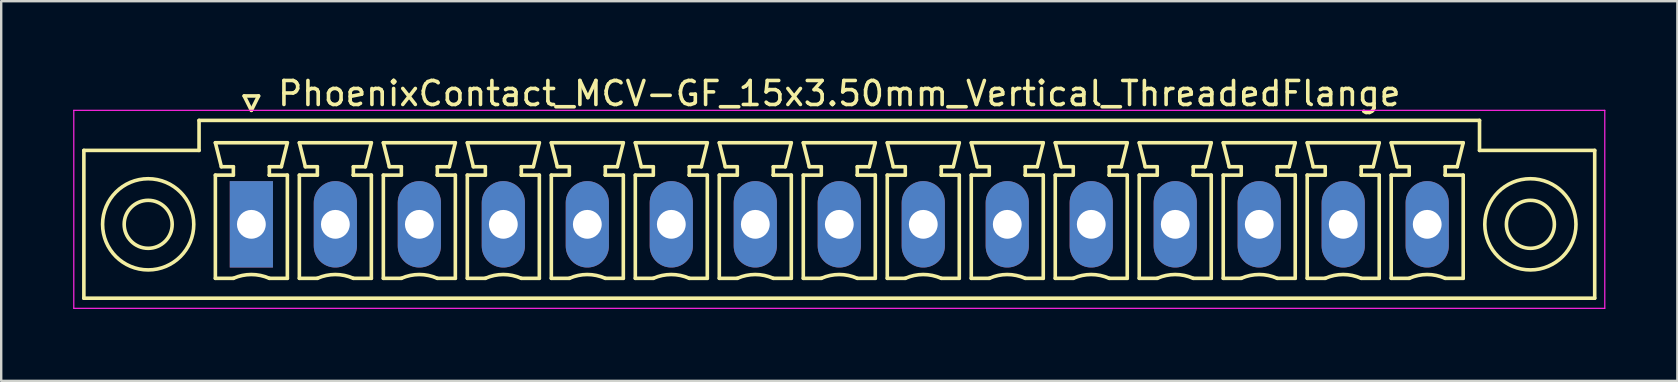
<source format=kicad_pcb>
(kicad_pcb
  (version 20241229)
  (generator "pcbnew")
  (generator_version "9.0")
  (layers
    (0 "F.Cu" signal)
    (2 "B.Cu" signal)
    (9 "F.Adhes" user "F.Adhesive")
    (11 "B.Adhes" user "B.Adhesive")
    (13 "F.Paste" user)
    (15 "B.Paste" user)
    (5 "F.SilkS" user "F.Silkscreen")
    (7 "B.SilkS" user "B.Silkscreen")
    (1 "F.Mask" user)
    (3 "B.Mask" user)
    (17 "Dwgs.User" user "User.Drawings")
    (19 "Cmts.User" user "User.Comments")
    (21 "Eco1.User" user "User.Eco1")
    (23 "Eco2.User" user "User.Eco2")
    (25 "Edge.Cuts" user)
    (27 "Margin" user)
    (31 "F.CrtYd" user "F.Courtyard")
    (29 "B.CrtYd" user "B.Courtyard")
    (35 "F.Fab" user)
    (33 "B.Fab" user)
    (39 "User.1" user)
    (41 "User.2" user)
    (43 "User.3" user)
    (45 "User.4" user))
  (footprint "PhoenixContact_MCV-GF_15x3.50mm_Vertical_ThreadedFlange"
    (layer "F.Cu")
    (at 7.425 6.298)
    (property "Reference" "PhoenixContact_MCV-GF_15x3.50mm_Vertical_ThreadedFlange" (at 24.5 -5.45 0) (layer "F.SilkS") (effects (font (size 1 1) (thickness 0.15))))
    (attr through_hole)
    (fp_line (start -6.98 -3.08) (end -6.98 3.08) (stroke (width 0.15) (type solid)) (layer "F.SilkS"))
    (fp_line (start -6.98 3.08) (end 55.98 3.08) (stroke (width 0.15) (type solid)) (layer "F.SilkS"))
    (fp_line (start -2.18 -4.33) (end -2.18 -3.08) (stroke (width 0.15) (type solid)) (layer "F.SilkS"))
    (fp_line (start -2.18 -3.08) (end -6.98 -3.08) (stroke (width 0.15) (type solid)) (layer "F.SilkS"))
    (fp_line (start -1.5 -3.4) (end 1.5 -3.4) (stroke (width 0.15) (type solid)) (layer "F.SilkS"))
    (fp_line (start -1.5 -2.05) (end -0.75 -2.05) (stroke (width 0.15) (type solid)) (layer "F.SilkS"))
    (fp_line (start -1.5 2.25) (end -1.5 -2.05) (stroke (width 0.15) (type solid)) (layer "F.SilkS"))
    (fp_line (start -1.25 -2.4) (end -1.5 -3.4) (stroke (width 0.15) (type solid)) (layer "F.SilkS"))
    (fp_line (start -0.75 -2.4) (end -1.25 -2.4) (stroke (width 0.15) (type solid)) (layer "F.SilkS"))
    (fp_line (start -0.75 -2.05) (end -0.75 -2.4) (stroke (width 0.15) (type solid)) (layer "F.SilkS"))
    (fp_line (start -0.75 2.25) (end -1.5 2.25) (stroke (width 0.15) (type solid)) (layer "F.SilkS"))
    (fp_line (start -0.3 -5.35) (end 0 -4.75) (stroke (width 0.15) (type solid)) (layer "F.SilkS"))
    (fp_line (start 0 -4.75) (end 0.3 -5.35) (stroke (width 0.15) (type solid)) (layer "F.SilkS"))
    (fp_line (start 0.3 -5.35) (end -0.3 -5.35) (stroke (width 0.15) (type solid)) (layer "F.SilkS"))
    (fp_line (start 0.75 -2.4) (end 0.75 -2.05) (stroke (width 0.15) (type solid)) (layer "F.SilkS"))
    (fp_line (start 0.75 -2.05) (end 0.75 -2.05) (stroke (width 0.15) (type solid)) (layer "F.SilkS"))
    (fp_line (start 0.75 -2.05) (end 1.5 -2.05) (stroke (width 0.15) (type solid)) (layer "F.SilkS"))
    (fp_line (start 1.25 -2.4) (end 0.75 -2.4) (stroke (width 0.15) (type solid)) (layer "F.SilkS"))
    (fp_line (start 1.5 -3.4) (end 1.25 -2.4) (stroke (width 0.15) (type solid)) (layer "F.SilkS"))
    (fp_line (start 1.5 -2.05) (end 1.5 2.25) (stroke (width 0.15) (type solid)) (layer "F.SilkS"))
    (fp_line (start 1.5 2.25) (end 0.75 2.25) (stroke (width 0.15) (type solid)) (layer "F.SilkS"))
    (fp_line (start 2 -3.4) (end 5 -3.4) (stroke (width 0.15) (type solid)) (layer "F.SilkS"))
    (fp_line (start 2 -2.05) (end 2.75 -2.05) (stroke (width 0.15) (type solid)) (layer "F.SilkS"))
    (fp_line (start 2 2.25) (end 2 -2.05) (stroke (width 0.15) (type solid)) (layer "F.SilkS"))
    (fp_line (start 2.25 -2.4) (end 2 -3.4) (stroke (width 0.15) (type solid)) (layer "F.SilkS"))
    (fp_line (start 2.75 -2.4) (end 2.25 -2.4) (stroke (width 0.15) (type solid)) (layer "F.SilkS"))
    (fp_line (start 2.75 -2.05) (end 2.75 -2.4) (stroke (width 0.15) (type solid)) (layer "F.SilkS"))
    (fp_line (start 2.75 2.25) (end 2 2.25) (stroke (width 0.15) (type solid)) (layer "F.SilkS"))
    (fp_line (start 4.25 -2.4) (end 4.25 -2.05) (stroke (width 0.15) (type solid)) (layer "F.SilkS"))
    (fp_line (start 4.25 -2.05) (end 4.25 -2.05) (stroke (width 0.15) (type solid)) (layer "F.SilkS"))
    (fp_line (start 4.25 -2.05) (end 5 -2.05) (stroke (width 0.15) (type solid)) (layer "F.SilkS"))
    (fp_line (start 4.75 -2.4) (end 4.25 -2.4) (stroke (width 0.15) (type solid)) (layer "F.SilkS"))
    (fp_line (start 5 -3.4) (end 4.75 -2.4) (stroke (width 0.15) (type solid)) (layer "F.SilkS"))
    (fp_line (start 5 -2.05) (end 5 2.25) (stroke (width 0.15) (type solid)) (layer "F.SilkS"))
    (fp_line (start 5 2.25) (end 4.25 2.25) (stroke (width 0.15) (type solid)) (layer "F.SilkS"))
    (fp_line (start 5.5 -3.4) (end 8.5 -3.4) (stroke (width 0.15) (type solid)) (layer "F.SilkS"))
    (fp_line (start 5.5 -2.05) (end 6.25 -2.05) (stroke (width 0.15) (type solid)) (layer "F.SilkS"))
    (fp_line (start 5.5 2.25) (end 5.5 -2.05) (stroke (width 0.15) (type solid)) (layer "F.SilkS"))
    (fp_line (start 5.75 -2.4) (end 5.5 -3.4) (stroke (width 0.15) (type solid)) (layer "F.SilkS"))
    (fp_line (start 6.25 -2.4) (end 5.75 -2.4) (stroke (width 0.15) (type solid)) (layer "F.SilkS"))
    (fp_line (start 6.25 -2.05) (end 6.25 -2.4) (stroke (width 0.15) (type solid)) (layer "F.SilkS"))
    (fp_line (start 6.25 2.25) (end 5.5 2.25) (stroke (width 0.15) (type solid)) (layer "F.SilkS"))
    (fp_line (start 7.75 -2.4) (end 7.75 -2.05) (stroke (width 0.15) (type solid)) (layer "F.SilkS"))
    (fp_line (start 7.75 -2.05) (end 7.75 -2.05) (stroke (width 0.15) (type solid)) (layer "F.SilkS"))
    (fp_line (start 7.75 -2.05) (end 8.5 -2.05) (stroke (width 0.15) (type solid)) (layer "F.SilkS"))
    (fp_line (start 8.25 -2.4) (end 7.75 -2.4) (stroke (width 0.15) (type solid)) (layer "F.SilkS"))
    (fp_line (start 8.5 -3.4) (end 8.25 -2.4) (stroke (width 0.15) (type solid)) (layer "F.SilkS"))
    (fp_line (start 8.5 -2.05) (end 8.5 2.25) (stroke (width 0.15) (type solid)) (layer "F.SilkS"))
    (fp_line (start 8.5 2.25) (end 7.75 2.25) (stroke (width 0.15) (type solid)) (layer "F.SilkS"))
    (fp_line (start 9 -3.4) (end 12 -3.4) (stroke (width 0.15) (type solid)) (layer "F.SilkS"))
    (fp_line (start 9 -2.05) (end 9.75 -2.05) (stroke (width 0.15) (type solid)) (layer "F.SilkS"))
    (fp_line (start 9 2.25) (end 9 -2.05) (stroke (width 0.15) (type solid)) (layer "F.SilkS"))
    (fp_line (start 9.25 -2.4) (end 9 -3.4) (stroke (width 0.15) (type solid)) (layer "F.SilkS"))
    (fp_line (start 9.75 -2.4) (end 9.25 -2.4) (stroke (width 0.15) (type solid)) (layer "F.SilkS"))
    (fp_line (start 9.75 -2.05) (end 9.75 -2.4) (stroke (width 0.15) (type solid)) (layer "F.SilkS"))
    (fp_line (start 9.75 2.25) (end 9 2.25) (stroke (width 0.15) (type solid)) (layer "F.SilkS"))
    (fp_line (start 11.25 -2.4) (end 11.25 -2.05) (stroke (width 0.15) (type solid)) (layer "F.SilkS"))
    (fp_line (start 11.25 -2.05) (end 11.25 -2.05) (stroke (width 0.15) (type solid)) (layer "F.SilkS"))
    (fp_line (start 11.25 -2.05) (end 12 -2.05) (stroke (width 0.15) (type solid)) (layer "F.SilkS"))
    (fp_line (start 11.75 -2.4) (end 11.25 -2.4) (stroke (width 0.15) (type solid)) (layer "F.SilkS"))
    (fp_line (start 12 -3.4) (end 11.75 -2.4) (stroke (width 0.15) (type solid)) (layer "F.SilkS"))
    (fp_line (start 12 -2.05) (end 12 2.25) (stroke (width 0.15) (type solid)) (layer "F.SilkS"))
    (fp_line (start 12 2.25) (end 11.25 2.25) (stroke (width 0.15) (type solid)) (layer "F.SilkS"))
    (fp_line (start 12.5 -3.4) (end 15.5 -3.4) (stroke (width 0.15) (type solid)) (layer "F.SilkS"))
    (fp_line (start 12.5 -2.05) (end 13.25 -2.05) (stroke (width 0.15) (type solid)) (layer "F.SilkS"))
    (fp_line (start 12.5 2.25) (end 12.5 -2.05) (stroke (width 0.15) (type solid)) (layer "F.SilkS"))
    (fp_line (start 12.75 -2.4) (end 12.5 -3.4) (stroke (width 0.15) (type solid)) (layer "F.SilkS"))
    (fp_line (start 13.25 -2.4) (end 12.75 -2.4) (stroke (width 0.15) (type solid)) (layer "F.SilkS"))
    (fp_line (start 13.25 -2.05) (end 13.25 -2.4) (stroke (width 0.15) (type solid)) (layer "F.SilkS"))
    (fp_line (start 13.25 2.25) (end 12.5 2.25) (stroke (width 0.15) (type solid)) (layer "F.SilkS"))
    (fp_line (start 14.75 -2.4) (end 14.75 -2.05) (stroke (width 0.15) (type solid)) (layer "F.SilkS"))
    (fp_line (start 14.75 -2.05) (end 14.75 -2.05) (stroke (width 0.15) (type solid)) (layer "F.SilkS"))
    (fp_line (start 14.75 -2.05) (end 15.5 -2.05) (stroke (width 0.15) (type solid)) (layer "F.SilkS"))
    (fp_line (start 15.25 -2.4) (end 14.75 -2.4) (stroke (width 0.15) (type solid)) (layer "F.SilkS"))
    (fp_line (start 15.5 -3.4) (end 15.25 -2.4) (stroke (width 0.15) (type solid)) (layer "F.SilkS"))
    (fp_line (start 15.5 -2.05) (end 15.5 2.25) (stroke (width 0.15) (type solid)) (layer "F.SilkS"))
    (fp_line (start 15.5 2.25) (end 14.75 2.25) (stroke (width 0.15) (type solid)) (layer "F.SilkS"))
    (fp_line (start 16 -3.4) (end 19 -3.4) (stroke (width 0.15) (type solid)) (layer "F.SilkS"))
    (fp_line (start 16 -2.05) (end 16.75 -2.05) (stroke (width 0.15) (type solid)) (layer "F.SilkS"))
    (fp_line (start 16 2.25) (end 16 -2.05) (stroke (width 0.15) (type solid)) (layer "F.SilkS"))
    (fp_line (start 16.25 -2.4) (end 16 -3.4) (stroke (width 0.15) (type solid)) (layer "F.SilkS"))
    (fp_line (start 16.75 -2.4) (end 16.25 -2.4) (stroke (width 0.15) (type solid)) (layer "F.SilkS"))
    (fp_line (start 16.75 -2.05) (end 16.75 -2.4) (stroke (width 0.15) (type solid)) (layer "F.SilkS"))
    (fp_line (start 16.75 2.25) (end 16 2.25) (stroke (width 0.15) (type solid)) (layer "F.SilkS"))
    (fp_line (start 18.25 -2.4) (end 18.25 -2.05) (stroke (width 0.15) (type solid)) (layer "F.SilkS"))
    (fp_line (start 18.25 -2.05) (end 18.25 -2.05) (stroke (width 0.15) (type solid)) (layer "F.SilkS"))
    (fp_line (start 18.25 -2.05) (end 19 -2.05) (stroke (width 0.15) (type solid)) (layer "F.SilkS"))
    (fp_line (start 18.75 -2.4) (end 18.25 -2.4) (stroke (width 0.15) (type solid)) (layer "F.SilkS"))
    (fp_line (start 19 -3.4) (end 18.75 -2.4) (stroke (width 0.15) (type solid)) (layer "F.SilkS"))
    (fp_line (start 19 -2.05) (end 19 2.25) (stroke (width 0.15) (type solid)) (layer "F.SilkS"))
    (fp_line (start 19 2.25) (end 18.25 2.25) (stroke (width 0.15) (type solid)) (layer "F.SilkS"))
    (fp_line (start 19.5 -3.4) (end 22.5 -3.4) (stroke (width 0.15) (type solid)) (layer "F.SilkS"))
    (fp_line (start 19.5 -2.05) (end 20.25 -2.05) (stroke (width 0.15) (type solid)) (layer "F.SilkS"))
    (fp_line (start 19.5 2.25) (end 19.5 -2.05) (stroke (width 0.15) (type solid)) (layer "F.SilkS"))
    (fp_line (start 19.75 -2.4) (end 19.5 -3.4) (stroke (width 0.15) (type solid)) (layer "F.SilkS"))
    (fp_line (start 20.25 -2.4) (end 19.75 -2.4) (stroke (width 0.15) (type solid)) (layer "F.SilkS"))
    (fp_line (start 20.25 -2.05) (end 20.25 -2.4) (stroke (width 0.15) (type solid)) (layer "F.SilkS"))
    (fp_line (start 20.25 2.25) (end 19.5 2.25) (stroke (width 0.15) (type solid)) (layer "F.SilkS"))
    (fp_line (start 21.75 -2.4) (end 21.75 -2.05) (stroke (width 0.15) (type solid)) (layer "F.SilkS"))
    (fp_line (start 21.75 -2.05) (end 21.75 -2.05) (stroke (width 0.15) (type solid)) (layer "F.SilkS"))
    (fp_line (start 21.75 -2.05) (end 22.5 -2.05) (stroke (width 0.15) (type solid)) (layer "F.SilkS"))
    (fp_line (start 22.25 -2.4) (end 21.75 -2.4) (stroke (width 0.15) (type solid)) (layer "F.SilkS"))
    (fp_line (start 22.5 -3.4) (end 22.25 -2.4) (stroke (width 0.15) (type solid)) (layer "F.SilkS"))
    (fp_line (start 22.5 -2.05) (end 22.5 2.25) (stroke (width 0.15) (type solid)) (layer "F.SilkS"))
    (fp_line (start 22.5 2.25) (end 21.75 2.25) (stroke (width 0.15) (type solid)) (layer "F.SilkS"))
    (fp_line (start 23 -3.4) (end 26 -3.4) (stroke (width 0.15) (type solid)) (layer "F.SilkS"))
    (fp_line (start 23 -2.05) (end 23.75 -2.05) (stroke (width 0.15) (type solid)) (layer "F.SilkS"))
    (fp_line (start 23 2.25) (end 23 -2.05) (stroke (width 0.15) (type solid)) (layer "F.SilkS"))
    (fp_line (start 23.25 -2.4) (end 23 -3.4) (stroke (width 0.15) (type solid)) (layer "F.SilkS"))
    (fp_line (start 23.75 -2.4) (end 23.25 -2.4) (stroke (width 0.15) (type solid)) (layer "F.SilkS"))
    (fp_line (start 23.75 -2.05) (end 23.75 -2.4) (stroke (width 0.15) (type solid)) (layer "F.SilkS"))
    (fp_line (start 23.75 2.25) (end 23 2.25) (stroke (width 0.15) (type solid)) (layer "F.SilkS"))
    (fp_line (start 25.25 -2.4) (end 25.25 -2.05) (stroke (width 0.15) (type solid)) (layer "F.SilkS"))
    (fp_line (start 25.25 -2.05) (end 25.25 -2.05) (stroke (width 0.15) (type solid)) (layer "F.SilkS"))
    (fp_line (start 25.25 -2.05) (end 26 -2.05) (stroke (width 0.15) (type solid)) (layer "F.SilkS"))
    (fp_line (start 25.75 -2.4) (end 25.25 -2.4) (stroke (width 0.15) (type solid)) (layer "F.SilkS"))
    (fp_line (start 26 -3.4) (end 25.75 -2.4) (stroke (width 0.15) (type solid)) (layer "F.SilkS"))
    (fp_line (start 26 -2.05) (end 26 2.25) (stroke (width 0.15) (type solid)) (layer "F.SilkS"))
    (fp_line (start 26 2.25) (end 25.25 2.25) (stroke (width 0.15) (type solid)) (layer "F.SilkS"))
    (fp_line (start 26.5 -3.4) (end 29.5 -3.4) (stroke (width 0.15) (type solid)) (layer "F.SilkS"))
    (fp_line (start 26.5 -2.05) (end 27.25 -2.05) (stroke (width 0.15) (type solid)) (layer "F.SilkS"))
    (fp_line (start 26.5 2.25) (end 26.5 -2.05) (stroke (width 0.15) (type solid)) (layer "F.SilkS"))
    (fp_line (start 26.75 -2.4) (end 26.5 -3.4) (stroke (width 0.15) (type solid)) (layer "F.SilkS"))
    (fp_line (start 27.25 -2.4) (end 26.75 -2.4) (stroke (width 0.15) (type solid)) (layer "F.SilkS"))
    (fp_line (start 27.25 -2.05) (end 27.25 -2.4) (stroke (width 0.15) (type solid)) (layer "F.SilkS"))
    (fp_line (start 27.25 2.25) (end 26.5 2.25) (stroke (width 0.15) (type solid)) (layer "F.SilkS"))
    (fp_line (start 28.75 -2.4) (end 28.75 -2.05) (stroke (width 0.15) (type solid)) (layer "F.SilkS"))
    (fp_line (start 28.75 -2.05) (end 28.75 -2.05) (stroke (width 0.15) (type solid)) (layer "F.SilkS"))
    (fp_line (start 28.75 -2.05) (end 29.5 -2.05) (stroke (width 0.15) (type solid)) (layer "F.SilkS"))
    (fp_line (start 29.25 -2.4) (end 28.75 -2.4) (stroke (width 0.15) (type solid)) (layer "F.SilkS"))
    (fp_line (start 29.5 -3.4) (end 29.25 -2.4) (stroke (width 0.15) (type solid)) (layer "F.SilkS"))
    (fp_line (start 29.5 -2.05) (end 29.5 2.25) (stroke (width 0.15) (type solid)) (layer "F.SilkS"))
    (fp_line (start 29.5 2.25) (end 28.75 2.25) (stroke (width 0.15) (type solid)) (layer "F.SilkS"))
    (fp_line (start 30 -3.4) (end 33 -3.4) (stroke (width 0.15) (type solid)) (layer "F.SilkS"))
    (fp_line (start 30 -2.05) (end 30.75 -2.05) (stroke (width 0.15) (type solid)) (layer "F.SilkS"))
    (fp_line (start 30 2.25) (end 30 -2.05) (stroke (width 0.15) (type solid)) (layer "F.SilkS"))
    (fp_line (start 30.25 -2.4) (end 30 -3.4) (stroke (width 0.15) (type solid)) (layer "F.SilkS"))
    (fp_line (start 30.75 -2.4) (end 30.25 -2.4) (stroke (width 0.15) (type solid)) (layer "F.SilkS"))
    (fp_line (start 30.75 -2.05) (end 30.75 -2.4) (stroke (width 0.15) (type solid)) (layer "F.SilkS"))
    (fp_line (start 30.75 2.25) (end 30 2.25) (stroke (width 0.15) (type solid)) (layer "F.SilkS"))
    (fp_line (start 32.25 -2.4) (end 32.25 -2.05) (stroke (width 0.15) (type solid)) (layer "F.SilkS"))
    (fp_line (start 32.25 -2.05) (end 32.25 -2.05) (stroke (width 0.15) (type solid)) (layer "F.SilkS"))
    (fp_line (start 32.25 -2.05) (end 33 -2.05) (stroke (width 0.15) (type solid)) (layer "F.SilkS"))
    (fp_line (start 32.75 -2.4) (end 32.25 -2.4) (stroke (width 0.15) (type solid)) (layer "F.SilkS"))
    (fp_line (start 33 -3.4) (end 32.75 -2.4) (stroke (width 0.15) (type solid)) (layer "F.SilkS"))
    (fp_line (start 33 -2.05) (end 33 2.25) (stroke (width 0.15) (type solid)) (layer "F.SilkS"))
    (fp_line (start 33 2.25) (end 32.25 2.25) (stroke (width 0.15) (type solid)) (layer "F.SilkS"))
    (fp_line (start 33.5 -3.4) (end 36.5 -3.4) (stroke (width 0.15) (type solid)) (layer "F.SilkS"))
    (fp_line (start 33.5 -2.05) (end 34.25 -2.05) (stroke (width 0.15) (type solid)) (layer "F.SilkS"))
    (fp_line (start 33.5 2.25) (end 33.5 -2.05) (stroke (width 0.15) (type solid)) (layer "F.SilkS"))
    (fp_line (start 33.75 -2.4) (end 33.5 -3.4) (stroke (width 0.15) (type solid)) (layer "F.SilkS"))
    (fp_line (start 34.25 -2.4) (end 33.75 -2.4) (stroke (width 0.15) (type solid)) (layer "F.SilkS"))
    (fp_line (start 34.25 -2.05) (end 34.25 -2.4) (stroke (width 0.15) (type solid)) (layer "F.SilkS"))
    (fp_line (start 34.25 2.25) (end 33.5 2.25) (stroke (width 0.15) (type solid)) (layer "F.SilkS"))
    (fp_line (start 35.75 -2.4) (end 35.75 -2.05) (stroke (width 0.15) (type solid)) (layer "F.SilkS"))
    (fp_line (start 35.75 -2.05) (end 35.75 -2.05) (stroke (width 0.15) (type solid)) (layer "F.SilkS"))
    (fp_line (start 35.75 -2.05) (end 36.5 -2.05) (stroke (width 0.15) (type solid)) (layer "F.SilkS"))
    (fp_line (start 36.25 -2.4) (end 35.75 -2.4) (stroke (width 0.15) (type solid)) (layer "F.SilkS"))
    (fp_line (start 36.5 -3.4) (end 36.25 -2.4) (stroke (width 0.15) (type solid)) (layer "F.SilkS"))
    (fp_line (start 36.5 -2.05) (end 36.5 2.25) (stroke (width 0.15) (type solid)) (layer "F.SilkS"))
    (fp_line (start 36.5 2.25) (end 35.75 2.25) (stroke (width 0.15) (type solid)) (layer "F.SilkS"))
    (fp_line (start 37 -3.4) (end 40 -3.4) (stroke (width 0.15) (type solid)) (layer "F.SilkS"))
    (fp_line (start 37 -2.05) (end 37.75 -2.05) (stroke (width 0.15) (type solid)) (layer "F.SilkS"))
    (fp_line (start 37 2.25) (end 37 -2.05) (stroke (width 0.15) (type solid)) (layer "F.SilkS"))
    (fp_line (start 37.25 -2.4) (end 37 -3.4) (stroke (width 0.15) (type solid)) (layer "F.SilkS"))
    (fp_line (start 37.75 -2.4) (end 37.25 -2.4) (stroke (width 0.15) (type solid)) (layer "F.SilkS"))
    (fp_line (start 37.75 -2.05) (end 37.75 -2.4) (stroke (width 0.15) (type solid)) (layer "F.SilkS"))
    (fp_line (start 37.75 2.25) (end 37 2.25) (stroke (width 0.15) (type solid)) (layer "F.SilkS"))
    (fp_line (start 39.25 -2.4) (end 39.25 -2.05) (stroke (width 0.15) (type solid)) (layer "F.SilkS"))
    (fp_line (start 39.25 -2.05) (end 39.25 -2.05) (stroke (width 0.15) (type solid)) (layer "F.SilkS"))
    (fp_line (start 39.25 -2.05) (end 40 -2.05) (stroke (width 0.15) (type solid)) (layer "F.SilkS"))
    (fp_line (start 39.75 -2.4) (end 39.25 -2.4) (stroke (width 0.15) (type solid)) (layer "F.SilkS"))
    (fp_line (start 40 -3.4) (end 39.75 -2.4) (stroke (width 0.15) (type solid)) (layer "F.SilkS"))
    (fp_line (start 40 -2.05) (end 40 2.25) (stroke (width 0.15) (type solid)) (layer "F.SilkS"))
    (fp_line (start 40 2.25) (end 39.25 2.25) (stroke (width 0.15) (type solid)) (layer "F.SilkS"))
    (fp_line (start 40.5 -3.4) (end 43.5 -3.4) (stroke (width 0.15) (type solid)) (layer "F.SilkS"))
    (fp_line (start 40.5 -2.05) (end 41.25 -2.05) (stroke (width 0.15) (type solid)) (layer "F.SilkS"))
    (fp_line (start 40.5 2.25) (end 40.5 -2.05) (stroke (width 0.15) (type solid)) (layer "F.SilkS"))
    (fp_line (start 40.75 -2.4) (end 40.5 -3.4) (stroke (width 0.15) (type solid)) (layer "F.SilkS"))
    (fp_line (start 41.25 -2.4) (end 40.75 -2.4) (stroke (width 0.15) (type solid)) (layer "F.SilkS"))
    (fp_line (start 41.25 -2.05) (end 41.25 -2.4) (stroke (width 0.15) (type solid)) (layer "F.SilkS"))
    (fp_line (start 41.25 2.25) (end 40.5 2.25) (stroke (width 0.15) (type solid)) (layer "F.SilkS"))
    (fp_line (start 42.75 -2.4) (end 42.75 -2.05) (stroke (width 0.15) (type solid)) (layer "F.SilkS"))
    (fp_line (start 42.75 -2.05) (end 42.75 -2.05) (stroke (width 0.15) (type solid)) (layer "F.SilkS"))
    (fp_line (start 42.75 -2.05) (end 43.5 -2.05) (stroke (width 0.15) (type solid)) (layer "F.SilkS"))
    (fp_line (start 43.25 -2.4) (end 42.75 -2.4) (stroke (width 0.15) (type solid)) (layer "F.SilkS"))
    (fp_line (start 43.5 -3.4) (end 43.25 -2.4) (stroke (width 0.15) (type solid)) (layer "F.SilkS"))
    (fp_line (start 43.5 -2.05) (end 43.5 2.25) (stroke (width 0.15) (type solid)) (layer "F.SilkS"))
    (fp_line (start 43.5 2.25) (end 42.75 2.25) (stroke (width 0.15) (type solid)) (layer "F.SilkS"))
    (fp_line (start 44 -3.4) (end 47 -3.4) (stroke (width 0.15) (type solid)) (layer "F.SilkS"))
    (fp_line (start 44 -2.05) (end 44.75 -2.05) (stroke (width 0.15) (type solid)) (layer "F.SilkS"))
    (fp_line (start 44 2.25) (end 44 -2.05) (stroke (width 0.15) (type solid)) (layer "F.SilkS"))
    (fp_line (start 44.25 -2.4) (end 44 -3.4) (stroke (width 0.15) (type solid)) (layer "F.SilkS"))
    (fp_line (start 44.75 -2.4) (end 44.25 -2.4) (stroke (width 0.15) (type solid)) (layer "F.SilkS"))
    (fp_line (start 44.75 -2.05) (end 44.75 -2.4) (stroke (width 0.15) (type solid)) (layer "F.SilkS"))
    (fp_line (start 44.75 2.25) (end 44 2.25) (stroke (width 0.15) (type solid)) (layer "F.SilkS"))
    (fp_line (start 46.25 -2.4) (end 46.25 -2.05) (stroke (width 0.15) (type solid)) (layer "F.SilkS"))
    (fp_line (start 46.25 -2.05) (end 46.25 -2.05) (stroke (width 0.15) (type solid)) (layer "F.SilkS"))
    (fp_line (start 46.25 -2.05) (end 47 -2.05) (stroke (width 0.15) (type solid)) (layer "F.SilkS"))
    (fp_line (start 46.75 -2.4) (end 46.25 -2.4) (stroke (width 0.15) (type solid)) (layer "F.SilkS"))
    (fp_line (start 47 -3.4) (end 46.75 -2.4) (stroke (width 0.15) (type solid)) (layer "F.SilkS"))
    (fp_line (start 47 -2.05) (end 47 2.25) (stroke (width 0.15) (type solid)) (layer "F.SilkS"))
    (fp_line (start 47 2.25) (end 46.25 2.25) (stroke (width 0.15) (type solid)) (layer "F.SilkS"))
    (fp_line (start 47.5 -3.4) (end 50.5 -3.4) (stroke (width 0.15) (type solid)) (layer "F.SilkS"))
    (fp_line (start 47.5 -2.05) (end 48.25 -2.05) (stroke (width 0.15) (type solid)) (layer "F.SilkS"))
    (fp_line (start 47.5 2.25) (end 47.5 -2.05) (stroke (width 0.15) (type solid)) (layer "F.SilkS"))
    (fp_line (start 47.75 -2.4) (end 47.5 -3.4) (stroke (width 0.15) (type solid)) (layer "F.SilkS"))
    (fp_line (start 48.25 -2.4) (end 47.75 -2.4) (stroke (width 0.15) (type solid)) (layer "F.SilkS"))
    (fp_line (start 48.25 -2.05) (end 48.25 -2.4) (stroke (width 0.15) (type solid)) (layer "F.SilkS"))
    (fp_line (start 48.25 2.25) (end 47.5 2.25) (stroke (width 0.15) (type solid)) (layer "F.SilkS"))
    (fp_line (start 49.75 -2.4) (end 49.75 -2.05) (stroke (width 0.15) (type solid)) (layer "F.SilkS"))
    (fp_line (start 49.75 -2.05) (end 49.75 -2.05) (stroke (width 0.15) (type solid)) (layer "F.SilkS"))
    (fp_line (start 49.75 -2.05) (end 50.5 -2.05) (stroke (width 0.15) (type solid)) (layer "F.SilkS"))
    (fp_line (start 50.25 -2.4) (end 49.75 -2.4) (stroke (width 0.15) (type solid)) (layer "F.SilkS"))
    (fp_line (start 50.5 -3.4) (end 50.25 -2.4) (stroke (width 0.15) (type solid)) (layer "F.SilkS"))
    (fp_line (start 50.5 -2.05) (end 50.5 2.25) (stroke (width 0.15) (type solid)) (layer "F.SilkS"))
    (fp_line (start 50.5 2.25) (end 49.75 2.25) (stroke (width 0.15) (type solid)) (layer "F.SilkS"))
    (fp_line (start 51.18 -4.33) (end -2.18 -4.33) (stroke (width 0.15) (type solid)) (layer "F.SilkS"))
    (fp_line (start 51.18 -3.08) (end 51.18 -4.33) (stroke (width 0.15) (type solid)) (layer "F.SilkS"))
    (fp_line (start 55.98 -3.08) (end 51.18 -3.08) (stroke (width 0.15) (type solid)) (layer "F.SilkS"))
    (fp_line (start 55.98 3.08) (end 55.98 -3.08) (stroke (width 0.15) (type solid)) (layer "F.SilkS"))
    (fp_arc (start -0.75 2.25) (mid -0.000193 2.09191) (end 0.749647 2.249844) (stroke (width 0.15) (type solid)) (layer "F.SilkS"))
    (fp_arc (start 2.75 2.25) (mid 3.499807 2.09191) (end 4.249647 2.249844) (stroke (width 0.15) (type solid)) (layer "F.SilkS"))
    (fp_arc (start 6.25 2.25) (mid 6.999807 2.09191) (end 7.749647 2.249844) (stroke (width 0.15) (type solid)) (layer "F.SilkS"))
    (fp_arc (start 9.75 2.25) (mid 10.499807 2.09191) (end 11.249647 2.249844) (stroke (width 0.15) (type solid)) (layer "F.SilkS"))
    (fp_arc (start 13.25 2.25) (mid 13.999807 2.09191) (end 14.749647 2.249844) (stroke (width 0.15) (type solid)) (layer "F.SilkS"))
    (fp_arc (start 16.75 2.25) (mid 17.499807 2.09191) (end 18.249647 2.249844) (stroke (width 0.15) (type solid)) (layer "F.SilkS"))
    (fp_arc (start 20.25 2.25) (mid 20.999807 2.09191) (end 21.749647 2.249844) (stroke (width 0.15) (type solid)) (layer "F.SilkS"))
    (fp_arc (start 23.75 2.25) (mid 24.499807 2.09191) (end 25.249647 2.249844) (stroke (width 0.15) (type solid)) (layer "F.SilkS"))
    (fp_arc (start 27.25 2.25) (mid 27.999807 2.09191) (end 28.749647 2.249844) (stroke (width 0.15) (type solid)) (layer "F.SilkS"))
    (fp_arc (start 30.75 2.25) (mid 31.499807 2.09191) (end 32.249647 2.249844) (stroke (width 0.15) (type solid)) (layer "F.SilkS"))
    (fp_arc (start 34.25 2.25) (mid 34.999807 2.09191) (end 35.749647 2.249844) (stroke (width 0.15) (type solid)) (layer "F.SilkS"))
    (fp_arc (start 37.75 2.25) (mid 38.499807 2.09191) (end 39.249647 2.249844) (stroke (width 0.15) (type solid)) (layer "F.SilkS"))
    (fp_arc (start 41.25 2.25) (mid 41.999807 2.09191) (end 42.749647 2.249844) (stroke (width 0.15) (type solid)) (layer "F.SilkS"))
    (fp_arc (start 44.75 2.25) (mid 45.499807 2.09191) (end 46.249647 2.249844) (stroke (width 0.15) (type solid)) (layer "F.SilkS"))
    (fp_arc (start 48.25 2.25) (mid 48.999807 2.09191) (end 49.749647 2.249844) (stroke (width 0.15) (type solid)) (layer "F.SilkS"))
    (fp_circle (center -4.3 0) (end -3.3 0) (stroke (width 0.15) (type solid)) (fill no) (layer "F.SilkS"))
    (fp_circle (center -4.3 0) (end -2.4 0) (stroke (width 0.15) (type solid)) (fill no) (layer "F.SilkS"))
    (fp_circle (center 53.3 0) (end 54.3 0) (stroke (width 0.15) (type solid)) (fill no) (layer "F.SilkS"))
    (fp_circle (center 53.3 0) (end 55.2 0) (stroke (width 0.15) (type solid)) (fill no) (layer "F.SilkS"))
    (fp_line (start -7.4 -4.75) (end -7.4 3.5) (stroke (width 0.05) (type solid)) (layer "F.CrtYd"))
    (fp_line (start -7.4 3.5) (end 56.4 3.5) (stroke (width 0.05) (type solid)) (layer "F.CrtYd"))
    (fp_line (start 56.4 -4.75) (end -7.4 -4.75) (stroke (width 0.05) (type solid)) (layer "F.CrtYd"))
    (fp_line (start 56.4 3.5) (end 56.4 -4.75) (stroke (width 0.05) (type solid)) (layer "F.CrtYd"))
    (pad "1" thru_hole rect (at 0 0) (size 1.8 3.6) (drill 1.2) (layers "*.Cu" "*.Mask"))
    (pad "2" thru_hole oval (at 3.5 0) (size 1.8 3.6) (drill 1.2) (layers "*.Cu" "*.Mask"))
    (pad "3" thru_hole oval (at 7 0) (size 1.8 3.6) (drill 1.2) (layers "*.Cu" "*.Mask"))
    (pad "4" thru_hole oval (at 10.5 0) (size 1.8 3.6) (drill 1.2) (layers "*.Cu" "*.Mask"))
    (pad "5" thru_hole oval (at 14 0) (size 1.8 3.6) (drill 1.2) (layers "*.Cu" "*.Mask"))
    (pad "6" thru_hole oval (at 17.5 0) (size 1.8 3.6) (drill 1.2) (layers "*.Cu" "*.Mask"))
    (pad "7" thru_hole oval (at 21 0) (size 1.8 3.6) (drill 1.2) (layers "*.Cu" "*.Mask"))
    (pad "8" thru_hole oval (at 24.5 0) (size 1.8 3.6) (drill 1.2) (layers "*.Cu" "*.Mask"))
    (pad "9" thru_hole oval (at 28 0) (size 1.8 3.6) (drill 1.2) (layers "*.Cu" "*.Mask"))
    (pad "10" thru_hole oval (at 31.5 0) (size 1.8 3.6) (drill 1.2) (layers "*.Cu" "*.Mask"))
    (pad "11" thru_hole oval (at 35 0) (size 1.8 3.6) (drill 1.2) (layers "*.Cu" "*.Mask"))
    (pad "12" thru_hole oval (at 38.5 0) (size 1.8 3.6) (drill 1.2) (layers "*.Cu" "*.Mask"))
    (pad "13" thru_hole oval (at 42 0) (size 1.8 3.6) (drill 1.2) (layers "*.Cu" "*.Mask"))
    (pad "14" thru_hole oval (at 45.5 0) (size 1.8 3.6) (drill 1.2) (layers "*.Cu" "*.Mask"))
    (pad "15" thru_hole oval (at 49 0) (size 1.8 3.6) (drill 1.2) (layers "*.Cu" "*.Mask")))
  (gr_rect
    (start -3 -3)
    (end 66.85 12.823)
    (stroke (width 0.1) (type default))
    (fill no)
    (layer "Edge.Cuts")))
</source>
